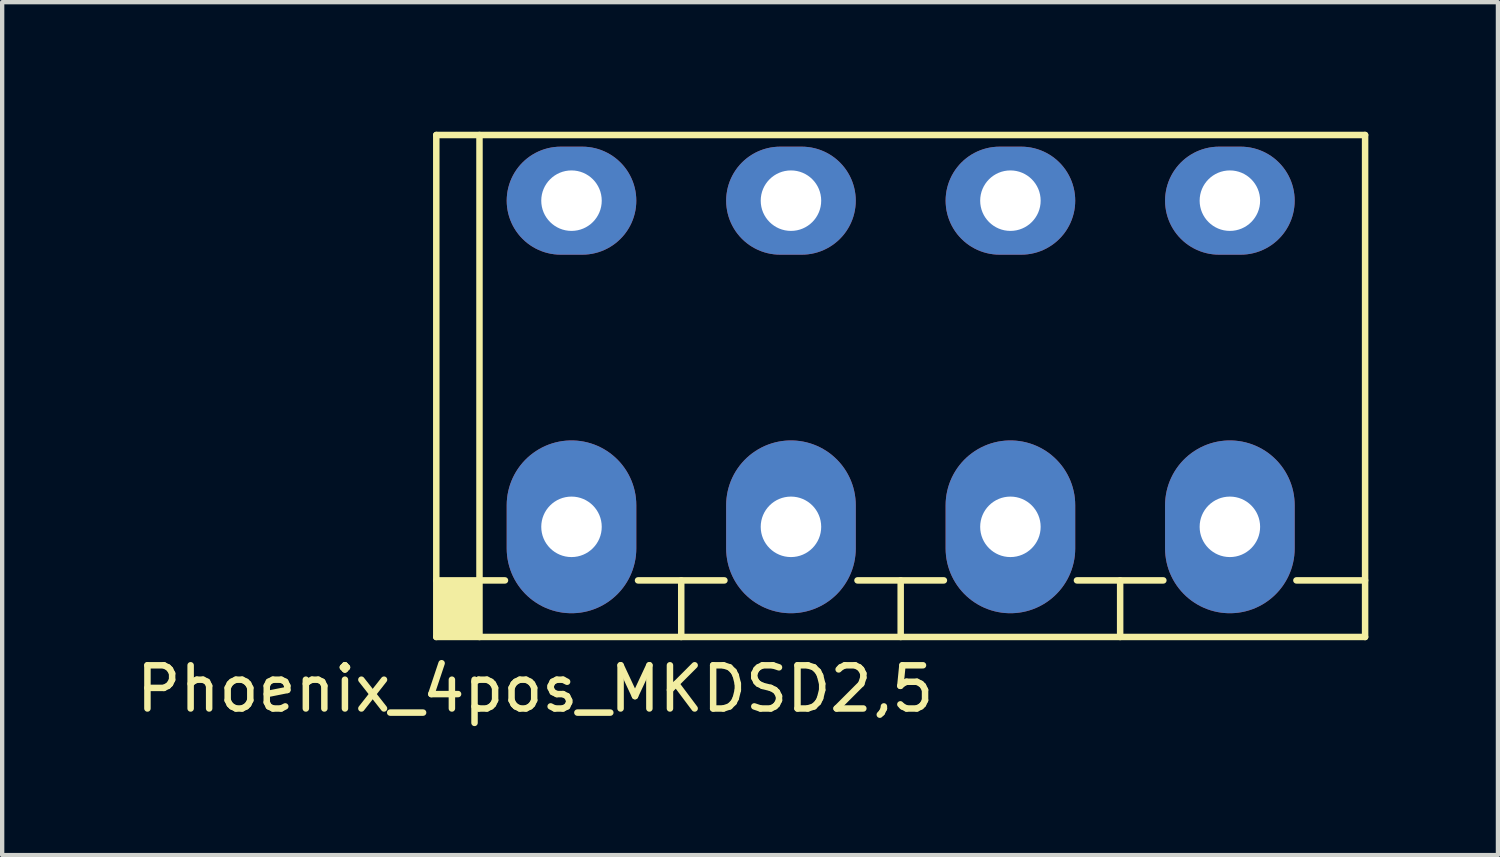
<source format=kicad_pcb>
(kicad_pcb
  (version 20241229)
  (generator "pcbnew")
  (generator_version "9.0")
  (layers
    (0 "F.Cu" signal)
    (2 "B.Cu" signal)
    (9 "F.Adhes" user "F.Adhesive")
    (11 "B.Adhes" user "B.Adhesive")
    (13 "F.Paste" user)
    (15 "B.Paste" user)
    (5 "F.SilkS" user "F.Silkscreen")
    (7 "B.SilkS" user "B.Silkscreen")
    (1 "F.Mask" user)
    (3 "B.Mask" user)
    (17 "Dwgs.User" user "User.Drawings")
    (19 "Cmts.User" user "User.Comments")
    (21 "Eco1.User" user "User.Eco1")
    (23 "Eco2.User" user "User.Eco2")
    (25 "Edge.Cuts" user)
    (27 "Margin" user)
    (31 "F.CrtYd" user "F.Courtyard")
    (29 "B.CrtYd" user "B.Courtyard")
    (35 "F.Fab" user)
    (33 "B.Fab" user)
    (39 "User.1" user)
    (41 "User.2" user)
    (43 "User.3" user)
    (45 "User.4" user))
  (footprint "Phoenix_4pos_MKDSD2,5"
    (layer "F.Cu")
    (at 17.799 5.885)
    (property "Reference" "Phoenix_4pos_MKDSD2,5" (at -8.46 7.01 0) (layer "F.SilkS") (effects (font (size 1 1) (thickness 0.15))))
    (attr through_hole)
    (fp_line (start -10.75 -5.81) (end -10.75 5.81) (stroke (width 0.15) (type solid)) (layer "F.SilkS"))
    (fp_line (start -10.75 -5.81) (end 10.75 -5.81) (stroke (width 0.15) (type solid)) (layer "F.SilkS"))
    (fp_line (start -10.75 4.5) (end -9.16 4.5) (stroke (width 0.15) (type solid)) (layer "F.SilkS"))
    (fp_line (start -10.75 5.81) (end 10.75 5.81) (stroke (width 0.15) (type solid)) (layer "F.SilkS"))
    (fp_line (start -9.75 -5.81) (end -9.75 5.81) (stroke (width 0.15) (type solid)) (layer "F.SilkS"))
    (fp_line (start -6.08 4.5) (end -4.08 4.5) (stroke (width 0.15) (type solid)) (layer "F.SilkS"))
    (fp_line (start -5.08 4.5) (end -5.08 5.81) (stroke (width 0.15) (type solid)) (layer "F.SilkS"))
    (fp_line (start -1 4.5) (end 1 4.5) (stroke (width 0.15) (type solid)) (layer "F.SilkS"))
    (fp_line (start 0 4.5) (end 0 5.81) (stroke (width 0.15) (type solid)) (layer "F.SilkS"))
    (fp_line (start 4.08 4.5) (end 6.08 4.5) (stroke (width 0.15) (type solid)) (layer "F.SilkS"))
    (fp_line (start 5.08 4.5) (end 5.08 5.81) (stroke (width 0.15) (type solid)) (layer "F.SilkS"))
    (fp_line (start 9.16 4.5) (end 10.75 4.5) (stroke (width 0.15) (type solid)) (layer "F.SilkS"))
    (fp_line (start 10.75 5.81) (end 10.75 -5.81) (stroke (width 0.15) (type solid)) (layer "F.SilkS"))
    (fp_poly (pts (xy -9.74 5.81) (xy -10.72 5.8) (xy -10.74 4.52) (xy -9.75 4.51)) (stroke (width 0.1) (type solid)) (fill yes) (layer "F.SilkS"))
    (pad "1" thru_hole oval (at -7.62 -4.29 270) (size 2.5 3) (drill 1.4) (layers "*.Cu" "*.Mask"))
    (pad "1" thru_hole oval (at -7.62 3.26) (size 3 4) (drill 1.4) (layers "*.Cu" "*.Mask"))
    (pad "2" thru_hole oval (at -2.54 -4.29 270) (size 2.5 3) (drill 1.4) (layers "*.Cu" "*.Mask"))
    (pad "2" thru_hole oval (at -2.54 3.26) (size 3 4) (drill 1.4) (layers "*.Cu" "*.Mask"))
    (pad "3" thru_hole oval (at 2.54 -4.29 270) (size 2.5 3) (drill 1.4) (layers "*.Cu" "*.Mask"))
    (pad "3" thru_hole oval (at 2.54 3.26) (size 3 4) (drill 1.4) (layers "*.Cu" "*.Mask"))
    (pad "4" thru_hole oval (at 7.62 -4.29 270) (size 2.5 3) (drill 1.4) (layers "*.Cu" "*.Mask"))
    (pad "4" thru_hole oval (at 7.62 3.26) (size 3 4) (drill 1.4) (layers "*.Cu" "*.Mask")))
  (gr_rect
    (start -3 -3)
    (end 31.624 16.743)
    (stroke (width 0.1) (type default))
    (fill no)
    (layer "Edge.Cuts")))
</source>
